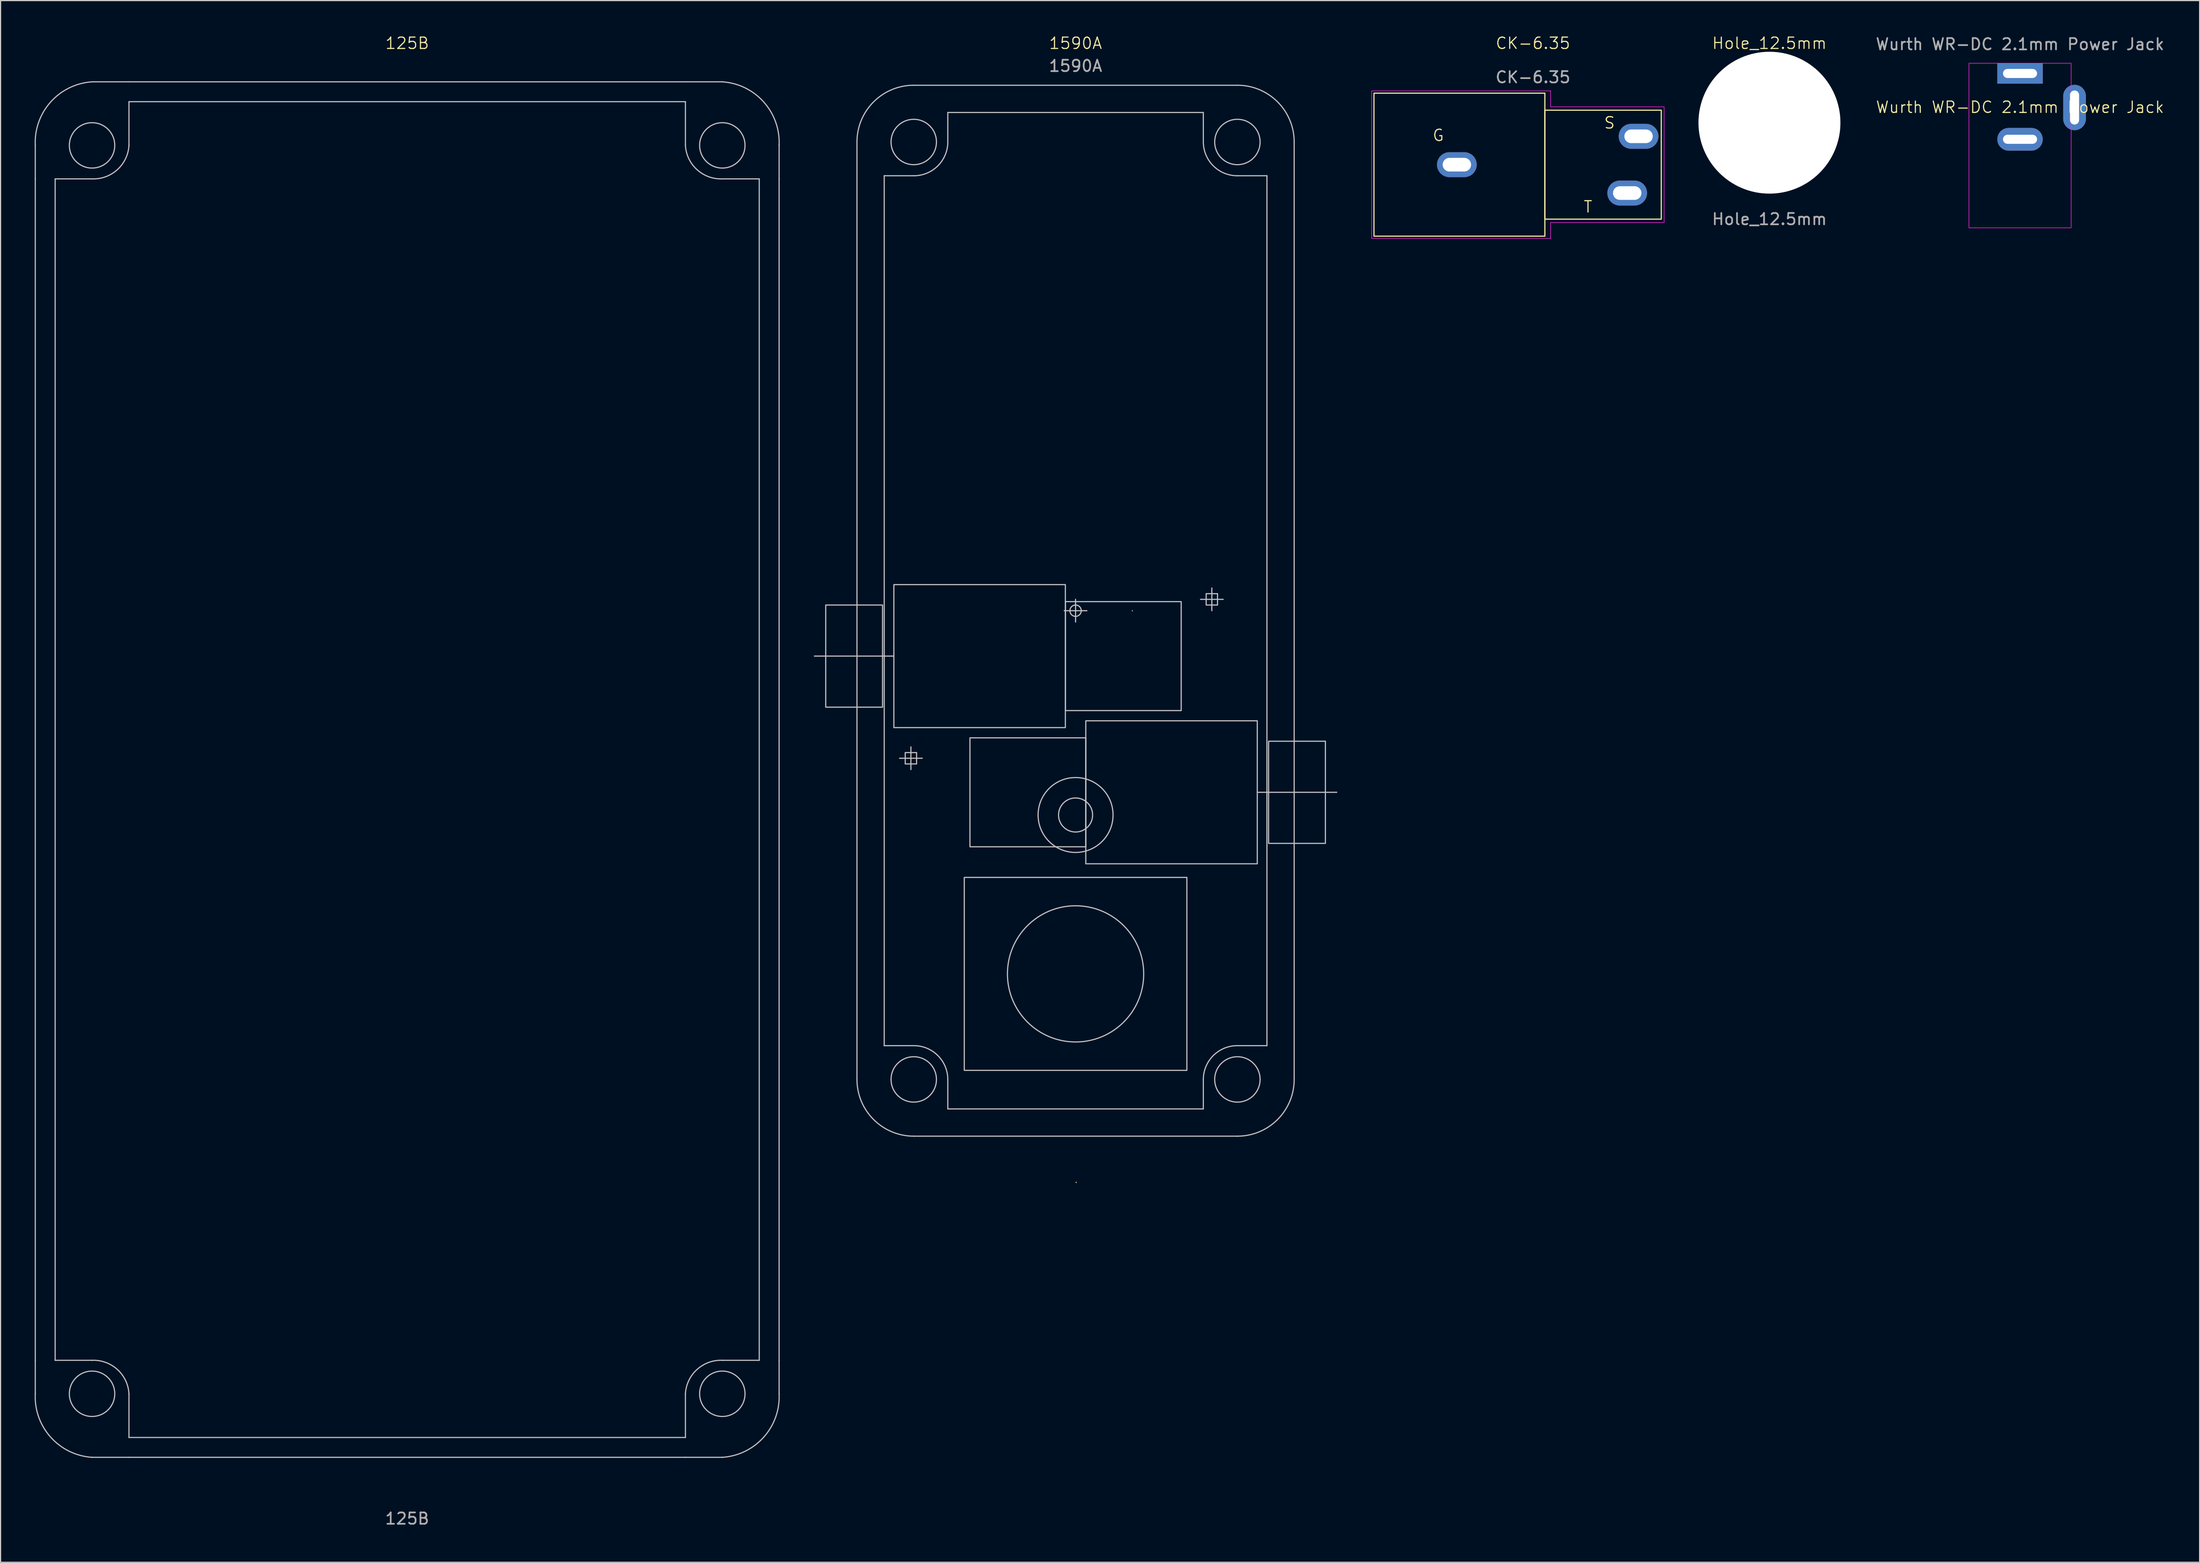
<source format=kicad_pcb>
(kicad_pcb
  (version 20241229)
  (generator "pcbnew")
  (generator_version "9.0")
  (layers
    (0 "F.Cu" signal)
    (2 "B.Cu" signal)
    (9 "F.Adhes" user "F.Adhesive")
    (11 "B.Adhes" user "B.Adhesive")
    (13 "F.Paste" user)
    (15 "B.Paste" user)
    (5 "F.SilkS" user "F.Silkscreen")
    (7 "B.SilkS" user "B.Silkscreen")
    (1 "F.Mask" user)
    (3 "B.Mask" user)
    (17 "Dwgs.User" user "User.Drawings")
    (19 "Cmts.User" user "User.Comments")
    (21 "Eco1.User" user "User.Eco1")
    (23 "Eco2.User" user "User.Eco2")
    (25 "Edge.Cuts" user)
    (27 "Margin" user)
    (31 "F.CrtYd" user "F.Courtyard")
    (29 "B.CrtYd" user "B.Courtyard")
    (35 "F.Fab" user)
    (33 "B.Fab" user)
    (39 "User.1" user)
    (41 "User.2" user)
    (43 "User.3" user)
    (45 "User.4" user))
  (footprint "Hole_12.5mm"
    (layer "F.Cu")
    (at 152.762 7.761)
    (property "Reference" "Hole_12.5mm" (at 0 -7 0) (unlocked yes) (layer "F.SilkS") (effects (font (size 1 1) (thickness 0.1))))
    (fp_text user "${REFERENCE}" (at 0 8.5 0) (unlocked yes) (layer "F.Fab") (effects (font (size 1 1) (thickness 0.15))))
    (pad "" np_thru_hole circle (at 0 0) (size 12.5 12.5) (drill 12.5) (layers "*.Cu" "*.Mask")))
  (footprint "CK-6.35"
    (layer "F.Cu")
    (at 130.737 11.46)
    (property "Reference" "CK-6.35" (at 1.2 -10.7 0) (unlocked yes) (layer "F.SilkS") (effects (font (size 1 1) (thickness 0.1))))
    (attr through_hole)
    (fp_rect (start -12.8 -6.3) (end 2.25 6.3) (stroke (width 0.1) (type default)) (fill no) (layer "F.SilkS"))
    (fp_rect (start 2.25 -4.8) (end 12.5 4.8) (stroke (width 0.1) (type default)) (fill no) (layer "F.SilkS"))
    (fp_line (start -13 -6.5) (end -13 6.5) (stroke (width 0.05) (type default)) (layer "F.CrtYd"))
    (fp_line (start -13 -6.5) (end 2.75 -6.5) (stroke (width 0.05) (type default)) (layer "F.CrtYd"))
    (fp_line (start 2.75 -5.1) (end 2.75 -6.5) (stroke (width 0.05) (type default)) (layer "F.CrtYd"))
    (fp_line (start 2.75 -5.1) (end 12.75 -5.1) (stroke (width 0.05) (type default)) (layer "F.CrtYd"))
    (fp_line (start 2.75 6.5) (end -13 6.5) (stroke (width 0.05) (type default)) (layer "F.CrtYd"))
    (fp_line (start 2.75 6.5) (end 2.75 5.1) (stroke (width 0.05) (type default)) (layer "F.CrtYd"))
    (fp_line (start 12.75 5.1) (end 2.75 5.1) (stroke (width 0.05) (type default)) (layer "F.CrtYd"))
    (fp_line (start 12.75 5.1) (end 12.75 -5.1) (stroke (width 0.05) (type default)) (layer "F.CrtYd"))
    (fp_text user "G" (at -7.7 -2 0) (unlocked yes) (layer "F.SilkS") (effects (font (size 1 1) (thickness 0.1)) (justify left bottom)))
    (fp_text user "S" (at 7.4 -3.1 0) (unlocked yes) (layer "F.SilkS") (effects (font (size 1 1) (thickness 0.1)) (justify left bottom)))
    (fp_text user "T" (at 5.6 4.3 0) (unlocked yes) (layer "F.SilkS") (effects (font (size 1 1) (thickness 0.1)) (justify left bottom)))
    (fp_text user "${REFERENCE}" (at 1.2 -7.7 0) (unlocked yes) (layer "F.Fab") (effects (font (size 1 1) (thickness 0.15))))
    (pad "G" thru_hole oval (at -5.5 0) (size 3.5 2.2) (drill oval 2.5 1.2) (layers "*.Cu" "*.Mask"))
    (pad "S" thru_hole oval (at 10.5 -2.5) (size 3.5 2.2) (drill oval 2.5 1.2) (layers "*.Cu" "*.Mask"))
    (pad "T" thru_hole oval (at 9.5 2.5) (size 3.5 2.2) (drill oval 2.5 1.2) (layers "*.Cu" "*.Mask")))
  (footprint "1590A"
    (layer "F.Cu")
    (at 91.662 50.761)
    (property "Reference" "1590A" (at 0 -50 0) (unlocked yes) (layer "F.SilkS") (effects (font (size 1 1) (thickness 0.1))))
    (attr exclude_from_pos_files exclude_from_bom dnp)
    (fp_line (start 0.05 50.375) (end 0.05 50.375) (stroke (width 0.1) (type default)) (layer "F.SilkS"))
    (fp_line (start -19.25 -41.3) (end -19.25 41.3) (stroke (width 0.1) (type default)) (layer "Dwgs.User"))
    (fp_line (start -16.85 -38.325) (end -16.85 38.325) (stroke (width 0.1) (type default)) (layer "Dwgs.User"))
    (fp_line (start -16 4) (end -23 4) (stroke (width 0.1) (type default)) (layer "Dwgs.User"))
    (fp_line (start -15.5 13) (end -13.5 13) (stroke (width 0.1) (type default)) (layer "Dwgs.User"))
    (fp_line (start -14.5 12) (end -14.5 14) (stroke (width 0.1) (type default)) (layer "Dwgs.User"))
    (fp_line (start -14.25 -46.3) (end 14.25 -46.3) (stroke (width 0.1) (type default)) (layer "Dwgs.User"))
    (fp_line (start -14.25 -38.325) (end -16.85 -38.325) (stroke (width 0.1) (type default)) (layer "Dwgs.User"))
    (fp_line (start -14.25 38.325) (end -16.85 38.325) (stroke (width 0.1) (type default)) (layer "Dwgs.User"))
    (fp_line (start -14.25 46.3) (end 14.25 46.3) (stroke (width 0.1) (type default)) (layer "Dwgs.User"))
    (fp_line (start -11.25 -43.9) (end -11.25 -41.3) (stroke (width 0.1) (type default)) (layer "Dwgs.User"))
    (fp_line (start -11.25 -43.9) (end 11.25 -43.9) (stroke (width 0.1) (type default)) (layer "Dwgs.User"))
    (fp_line (start -11.25 41.3) (end -11.25 43.9) (stroke (width 0.1) (type default)) (layer "Dwgs.User"))
    (fp_line (start -11.25 43.9) (end 11.25 43.9) (stroke (width 0.1) (type default)) (layer "Dwgs.User"))
    (fp_line (start -1 0) (end 1 0) (stroke (width 0.1) (type default)) (layer "Dwgs.User"))
    (fp_line (start 0 -1) (end 0 1) (stroke (width 0.1) (type default)) (layer "Dwgs.User"))
    (fp_line (start 5 0) (end 5 0) (stroke (width 0.1) (type default)) (layer "Dwgs.User"))
    (fp_line (start 11 -1) (end 13 -1) (stroke (width 0.1) (type default)) (layer "Dwgs.User"))
    (fp_line (start 11.25 -43.9) (end 11.25 -41.3) (stroke (width 0.1) (type default)) (layer "Dwgs.User"))
    (fp_line (start 11.25 41.3) (end 11.25 43.9) (stroke (width 0.1) (type default)) (layer "Dwgs.User"))
    (fp_line (start 12 -2) (end 12 0) (stroke (width 0.1) (type default)) (layer "Dwgs.User"))
    (fp_line (start 14.25 -38.325) (end 16.85 -38.325) (stroke (width 0.1) (type default)) (layer "Dwgs.User"))
    (fp_line (start 16 16) (end 23 16) (stroke (width 0.1) (type default)) (layer "Dwgs.User"))
    (fp_line (start 16.85 -38.325) (end 16.85 38.325) (stroke (width 0.1) (type default)) (layer "Dwgs.User"))
    (fp_line (start 16.85 38.325) (end 14.25 38.325) (stroke (width 0.1) (type default)) (layer "Dwgs.User"))
    (fp_line (start 19.25 -41.3) (end 19.25 41.3) (stroke (width 0.1) (type default)) (layer "Dwgs.User"))
    (fp_rect (start -17 -0.5) (end -22 8.5) (stroke (width 0.1) (type default)) (fill no) (layer "Dwgs.User"))
    (fp_rect (start -16 -2.3) (end -0.9 10.3) (stroke (width 0.1) (type default)) (fill no) (layer "Dwgs.User"))
    (fp_rect (start -14 12.5) (end -15 13.5) (stroke (width 0.1) (type default)) (fill no) (layer "Dwgs.User"))
    (fp_rect (start -9.8 23.5) (end 9.8 40.5) (stroke (width 0.1) (type default)) (fill no) (layer "Dwgs.User"))
    (fp_rect (start -9.3 11.2) (end 0.9 20.8) (stroke (width 0.1) (type default)) (fill no) (layer "Dwgs.User"))
    (fp_rect (start -0.9 -0.8) (end 9.3 8.8) (stroke (width 0.1) (type default)) (fill no) (layer "Dwgs.User"))
    (fp_rect (start 0.9 9.7) (end 16 22.3) (stroke (width 0.1) (type default)) (fill no) (layer "Dwgs.User"))
    (fp_rect (start 11.5 -1.5) (end 12.5 -0.5) (stroke (width 0.1) (type default)) (fill no) (layer "Dwgs.User"))
    (fp_rect (start 17 11.5) (end 22 20.5) (stroke (width 0.1) (type default)) (fill no) (layer "Dwgs.User"))
    (fp_arc (start -19.25 -41.3) (mid -17.785534 -44.835534) (end -14.25 -46.3) (stroke (width 0.1) (type default)) (layer "Dwgs.User"))
    (fp_arc (start -14.25 38.325) (mid -12.133857 39.19118) (end -11.25 41.3) (stroke (width 0.1) (type default)) (layer "Dwgs.User"))
    (fp_arc (start -14.25 46.3) (mid -17.785534 44.835534) (end -19.25 41.3) (stroke (width 0.1) (type default)) (layer "Dwgs.User"))
    (fp_arc (start -11.25 -41.3) (mid -12.133857 -39.19118) (end -14.25 -38.325) (stroke (width 0.1) (type default)) (layer "Dwgs.User"))
    (fp_arc (start 11.25 41.3) (mid 12.133857 39.19118) (end 14.25 38.325) (stroke (width 0.1) (type default)) (layer "Dwgs.User"))
    (fp_arc (start 14.25 -46.3) (mid 17.785534 -44.835534) (end 19.25 -41.3) (stroke (width 0.1) (type default)) (layer "Dwgs.User"))
    (fp_arc (start 14.25 -38.325) (mid 12.133857 -39.19118) (end 11.25 -41.3) (stroke (width 0.1) (type default)) (layer "Dwgs.User"))
    (fp_arc (start 19.25 41.3) (mid 17.785534 44.835534) (end 14.25 46.3) (stroke (width 0.1) (type default)) (layer "Dwgs.User"))
    (fp_circle (center -14.25 -41.3) (end -12.25 -41.3) (stroke (width 0.1) (type default)) (fill no) (layer "Dwgs.User"))
    (fp_circle (center -14.25 41.3) (end -12.25 41.3) (stroke (width 0.1) (type default)) (fill no) (layer "Dwgs.User"))
    (fp_circle (center 0 0) (end 0.5 0) (stroke (width 0.1) (type default)) (fill no) (layer "Dwgs.User"))
    (fp_circle (center 0 18) (end 1.5 18) (stroke (width 0.1) (type default)) (fill no) (layer "Dwgs.User"))
    (fp_circle (center 0 18) (end 3.3 18) (stroke (width 0.1) (type default)) (fill no) (layer "Dwgs.User"))
    (fp_circle (center 0 32) (end 6 32) (stroke (width 0.1) (type default)) (fill no) (layer "Dwgs.User"))
    (fp_circle (center 14.25 -41.3) (end 16.25 -41.3) (stroke (width 0.1) (type default)) (fill no) (layer "Dwgs.User"))
    (fp_circle (center 14.25 41.3) (end 16.25 41.3) (stroke (width 0.1) (type default)) (fill no) (layer "Dwgs.User"))
    (fp_text user "${REFERENCE}" (at 0 -48 0) (unlocked yes) (layer "F.Fab") (effects (font (size 1 1) (thickness 0.15)))))
  (footprint "Wurth WR-DC 2.1mm Power Jack"
    (layer "F.Cu")
    (at 174.828 3.398)
    (property "Reference" "Wurth WR-DC 2.1mm Power Jack" (at 0 3 0) (unlocked yes) (layer "F.SilkS") (effects (font (size 1 1) (thickness 0.1))))
    (attr through_hole)
    (fp_rect (start -4.5 -0.875) (end 4.5 13.625) (stroke (width 0.05) (type default)) (fill no) (layer "F.CrtYd"))
    (fp_text user "${REFERENCE}" (at 0 -2.55 0) (unlocked yes) (layer "F.Fab") (effects (font (size 1 1) (thickness 0.15))))
    (pad "1" thru_hole rect (at 0 0.025) (size 4 1.8) (drill oval 3 0.8) (layers "*.Cu" "*.Mask"))
    (pad "2" thru_hole oval (at 0 5.825) (size 4 2) (drill oval 3 0.8) (layers "*.Cu" "*.Mask"))
    (pad "3" thru_hole oval (at 4.8 3.025) (size 2 4) (drill oval 0.8 3) (layers "*.Cu" "*.Mask")))
  (footprint "125B"
    (layer "F.Cu")
    (at 32.806 64.76)
    (property "Reference" "125B" (at 0 -64 0) (unlocked yes) (layer "F.SilkS") (effects (font (size 1 1) (thickness 0.1))))
    (fp_line (start -32.75 -55) (end -32.75 -52.05) (stroke (width 0.1) (type default)) (layer "Dwgs.User"))
    (fp_line (start -32.75 -52.05) (end -32.75 52.05) (stroke (width 0.1) (type default)) (layer "Dwgs.User"))
    (fp_line (start -32.75 55) (end -32.75 52.05) (stroke (width 0.1) (type default)) (layer "Dwgs.User"))
    (fp_line (start -31 -52.05) (end -31 52.05) (stroke (width 0.1) (type default)) (layer "Dwgs.User"))
    (fp_line (start -31 -52.05) (end -27.7 -52.05) (stroke (width 0.1) (type default)) (layer "Dwgs.User"))
    (fp_line (start -27.75 -60.6) (end -24.5 -60.6) (stroke (width 0.1) (type default)) (layer "Dwgs.User"))
    (fp_line (start -27.75 52.05) (end -31 52.05) (stroke (width 0.1) (type default)) (layer "Dwgs.User"))
    (fp_line (start -24.5 -60.6) (end 24.5 -60.6) (stroke (width 0.1) (type default)) (layer "Dwgs.User"))
    (fp_line (start -24.5 -58.85) (end -24.5 -55) (stroke (width 0.1) (type default)) (layer "Dwgs.User"))
    (fp_line (start -24.5 -58.85) (end 24.5 -58.85) (stroke (width 0.1) (type default)) (layer "Dwgs.User"))
    (fp_line (start -24.5 55) (end -24.5 58.85) (stroke (width 0.1) (type default)) (layer "Dwgs.User"))
    (fp_line (start -24.5 58.85) (end 24.5 58.85) (stroke (width 0.1) (type default)) (layer "Dwgs.User"))
    (fp_line (start -24.5 60.6) (end -27.75 60.6) (stroke (width 0.1) (type default)) (layer "Dwgs.User"))
    (fp_line (start -24.5 60.6) (end 24.5 60.6) (stroke (width 0.1) (type default)) (layer "Dwgs.User"))
    (fp_line (start 24.5 -60.6) (end 27.8 -60.6) (stroke (width 0.1) (type default)) (layer "Dwgs.User"))
    (fp_line (start 24.5 -58.85) (end 24.5 -55) (stroke (width 0.1) (type default)) (layer "Dwgs.User"))
    (fp_line (start 24.5 55) (end 24.5 58.85) (stroke (width 0.1) (type default)) (layer "Dwgs.User"))
    (fp_line (start 27.75 -52.05) (end 31 -52.05) (stroke (width 0.1) (type default)) (layer "Dwgs.User"))
    (fp_line (start 27.75 52.05) (end 31 52.05) (stroke (width 0.1) (type default)) (layer "Dwgs.User"))
    (fp_line (start 27.75 60.6) (end 24.5 60.6) (stroke (width 0.1) (type default)) (layer "Dwgs.User"))
    (fp_line (start 31 -52.05) (end 31 52.05) (stroke (width 0.1) (type default)) (layer "Dwgs.User"))
    (fp_line (start 32.75 -52.05) (end 32.75 -55.05) (stroke (width 0.1) (type default)) (layer "Dwgs.User"))
    (fp_line (start 32.75 -52.05) (end 32.75 52.05) (stroke (width 0.1) (type default)) (layer "Dwgs.User"))
    (fp_line (start 32.75 52.05) (end 32.75 55) (stroke (width 0.1) (type default)) (layer "Dwgs.User"))
    (fp_arc (start -32.75 -55) (mid -31.39551 -58.822777) (end -27.75 -60.6) (stroke (width 0.1) (type default)) (layer "Dwgs.User"))
    (fp_arc (start -27.75 52.05) (mid -25.521343 52.859954) (end -24.5 55) (stroke (width 0.1) (type default)) (layer "Dwgs.User"))
    (fp_arc (start -27.75 60.6) (mid -31.39551 58.822777) (end -32.75 55) (stroke (width 0.1) (type default)) (layer "Dwgs.User"))
    (fp_arc (start -24.5 -55) (mid -25.521343 -52.859955) (end -27.75 -52.05) (stroke (width 0.1) (type default)) (layer "Dwgs.User"))
    (fp_arc (start 24.5 55) (mid 25.521343 52.859954) (end 27.75 52.05) (stroke (width 0.1) (type default)) (layer "Dwgs.User"))
    (fp_arc (start 27.75 -60.6) (mid 31.39551 -58.822777) (end 32.75 -55) (stroke (width 0.1) (type default)) (layer "Dwgs.User"))
    (fp_arc (start 27.75 -52.05) (mid 25.521343 -52.859954) (end 24.5 -55) (stroke (width 0.1) (type default)) (layer "Dwgs.User"))
    (fp_arc (start 32.75 55) (mid 31.39551 58.822776) (end 27.75 60.6) (stroke (width 0.1) (type default)) (layer "Dwgs.User"))
    (fp_circle (center -27.75 -55) (end -25.75 -55) (stroke (width 0.1) (type default)) (fill no) (layer "Dwgs.User"))
    (fp_circle (center -27.75 55) (end -25.75 55) (stroke (width 0.1) (type default)) (fill no) (layer "Dwgs.User"))
    (fp_circle (center 27.75 -55) (end 29.75 -55) (stroke (width 0.1) (type default)) (fill no) (layer "Dwgs.User"))
    (fp_circle (center 27.75 55) (end 29.75 55) (stroke (width 0.1) (type default)) (fill no) (layer "Dwgs.User"))
    (fp_text user "${REFERENCE}" (at 0 66 0) (unlocked yes) (layer "F.Fab") (effects (font (size 1 1) (thickness 0.15)))))
  (gr_rect
    (start -3 -3)
    (end 190.643 134.609)
    (stroke (width 0.1) (type default))
    (fill no)
    (layer "Edge.Cuts")))
</source>
